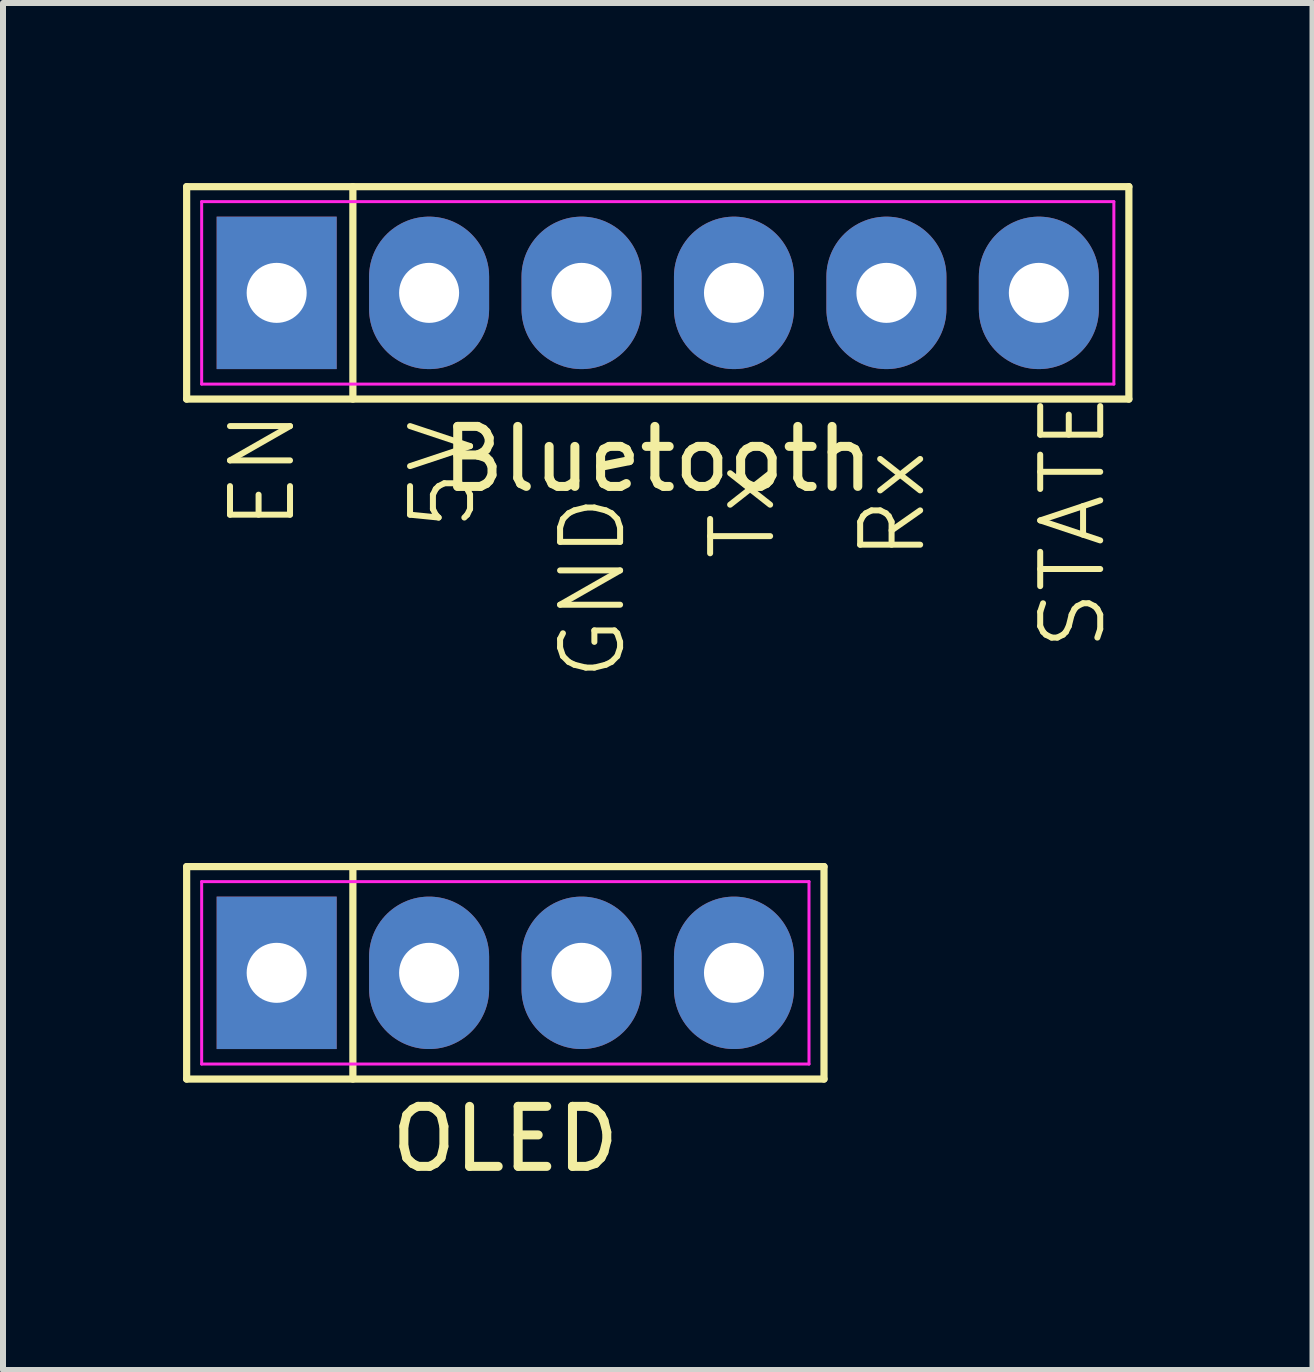
<source format=kicad_pcb>
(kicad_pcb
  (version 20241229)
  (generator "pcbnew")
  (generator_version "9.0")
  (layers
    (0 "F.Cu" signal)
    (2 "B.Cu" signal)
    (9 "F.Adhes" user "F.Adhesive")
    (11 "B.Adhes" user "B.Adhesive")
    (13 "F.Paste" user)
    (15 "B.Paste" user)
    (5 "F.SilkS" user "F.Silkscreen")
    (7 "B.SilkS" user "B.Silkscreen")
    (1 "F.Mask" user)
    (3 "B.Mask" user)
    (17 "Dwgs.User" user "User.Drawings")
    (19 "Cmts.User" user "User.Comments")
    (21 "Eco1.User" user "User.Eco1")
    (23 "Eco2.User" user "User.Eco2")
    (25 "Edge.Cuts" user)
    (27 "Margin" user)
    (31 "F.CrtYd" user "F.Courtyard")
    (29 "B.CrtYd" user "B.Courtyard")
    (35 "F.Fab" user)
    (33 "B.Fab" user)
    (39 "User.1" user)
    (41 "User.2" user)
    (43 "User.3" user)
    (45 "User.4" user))
  (footprint "Bluetooth"
    (layer "F.Cu")
    (at 7.91 1.83)
    (property "Reference" "Bluetooth" (at 0 2.77 0) (layer "F.SilkS") (effects (font (size 1 1) (thickness 0.15))))
    (attr through_hole)
    (fp_line (start -7.85 -1.77) (end 7.85 -1.77) (stroke (width 0.12) (type default)) (layer "F.SilkS"))
    (fp_line (start -7.85 1.77) (end -7.85 -1.77) (stroke (width 0.12) (type default)) (layer "F.SilkS"))
    (fp_line (start -5.08 -1.77) (end -5.08 1.77) (stroke (width 0.12) (type default)) (layer "F.SilkS"))
    (fp_line (start 7.85 -1.77) (end 7.85 1.77) (stroke (width 0.12) (type default)) (layer "F.SilkS"))
    (fp_line (start 7.85 1.77) (end -7.85 1.77) (stroke (width 0.12) (type default)) (layer "F.SilkS"))
    (fp_line (start -7.6 -1.52) (end 7.6 -1.52) (stroke (width 0.05) (type default)) (layer "F.CrtYd"))
    (fp_line (start -7.6 1.52) (end -7.6 -1.52) (stroke (width 0.05) (type default)) (layer "F.CrtYd"))
    (fp_line (start 7.6 -1.52) (end 7.6 1.52) (stroke (width 0.05) (type default)) (layer "F.CrtYd"))
    (fp_line (start 7.6 1.52) (end -7.6 1.52) (stroke (width 0.05) (type default)) (layer "F.CrtYd"))
    (fp_text user "GND" (at -0.5 6.5 90) (unlocked yes) (layer "F.SilkS") (effects (font (size 1 1) (thickness 0.1)) (justify left bottom)))
    (fp_text user "STATE" (at 7.5 6 90) (unlocked yes) (layer "F.SilkS") (effects (font (size 1 1) (thickness 0.1)) (justify left bottom)))
    (fp_text user "Rx" (at 4.5 4.5 90) (unlocked yes) (layer "F.SilkS") (effects (font (size 1 1) (thickness 0.1)) (justify left bottom)))
    (fp_text user "EN" (at -6 4 90) (unlocked yes) (layer "F.SilkS") (effects (font (size 1 1) (thickness 0.1)) (justify left bottom)))
    (fp_text user "5V" (at -3 4 90) (unlocked yes) (layer "F.SilkS") (effects (font (size 1 1) (thickness 0.1)) (justify left bottom)))
    (fp_text user "Tx" (at 2 4.5 90) (unlocked yes) (layer "F.SilkS") (effects (font (size 1 1) (thickness 0.1)) (justify left bottom)))
    (pad "1" thru_hole rect (at -6.35 0) (size 2 2.54) (drill 1) (layers "*.Cu" "*.Mask"))
    (pad "2" thru_hole oval (at -3.81 0) (size 2 2.54) (drill 1) (layers "*.Cu" "*.Mask"))
    (pad "3" thru_hole oval (at -1.27 0) (size 2 2.54) (drill 1) (layers "*.Cu" "*.Mask"))
    (pad "4" thru_hole oval (at 1.27 0) (size 2 2.54) (drill 1) (layers "*.Cu" "*.Mask"))
    (pad "5" thru_hole oval (at 3.81 0) (size 2 2.54) (drill 1) (layers "*.Cu" "*.Mask"))
    (pad "6" thru_hole oval (at 6.35 0) (size 2 2.54) (drill 1) (layers "*.Cu" "*.Mask")))
  (footprint "OLED"
    (layer "F.Cu")
    (at 5.37 13.16)
    (property "Reference" "OLED" (at 0 2.77 0) (layer "F.SilkS") (effects (font (size 1 1) (thickness 0.15))))
    (attr through_hole)
    (fp_line (start -5.31 -1.77) (end 5.31 -1.77) (stroke (width 0.12) (type default)) (layer "F.SilkS"))
    (fp_line (start -5.31 1.77) (end -5.31 -1.77) (stroke (width 0.12) (type default)) (layer "F.SilkS"))
    (fp_line (start -2.54 -1.77) (end -2.54 1.77) (stroke (width 0.12) (type default)) (layer "F.SilkS"))
    (fp_line (start 5.31 -1.77) (end 5.31 1.77) (stroke (width 0.12) (type default)) (layer "F.SilkS"))
    (fp_line (start 5.31 1.77) (end -5.31 1.77) (stroke (width 0.12) (type default)) (layer "F.SilkS"))
    (fp_line (start -5.06 -1.52) (end 5.06 -1.52) (stroke (width 0.05) (type default)) (layer "F.CrtYd"))
    (fp_line (start -5.06 1.52) (end -5.06 -1.52) (stroke (width 0.05) (type default)) (layer "F.CrtYd"))
    (fp_line (start 5.06 -1.52) (end 5.06 1.52) (stroke (width 0.05) (type default)) (layer "F.CrtYd"))
    (fp_line (start 5.06 1.52) (end -5.06 1.52) (stroke (width 0.05) (type default)) (layer "F.CrtYd"))
    (pad "1" thru_hole rect (at -3.81 0) (size 2 2.54) (drill 1) (layers "*.Cu" "*.Mask"))
    (pad "2" thru_hole oval (at -1.27 0) (size 2 2.54) (drill 1) (layers "*.Cu" "*.Mask"))
    (pad "3" thru_hole oval (at 1.27 0) (size 2 2.54) (drill 1) (layers "*.Cu" "*.Mask"))
    (pad "4" thru_hole oval (at 3.81 0) (size 2 2.54) (drill 1) (layers "*.Cu" "*.Mask")))
  (gr_rect
    (start -3 -3)
    (end 18.82 19.778)
    (stroke (width 0.1) (type default))
    (fill no)
    (layer "Edge.Cuts")))
</source>
